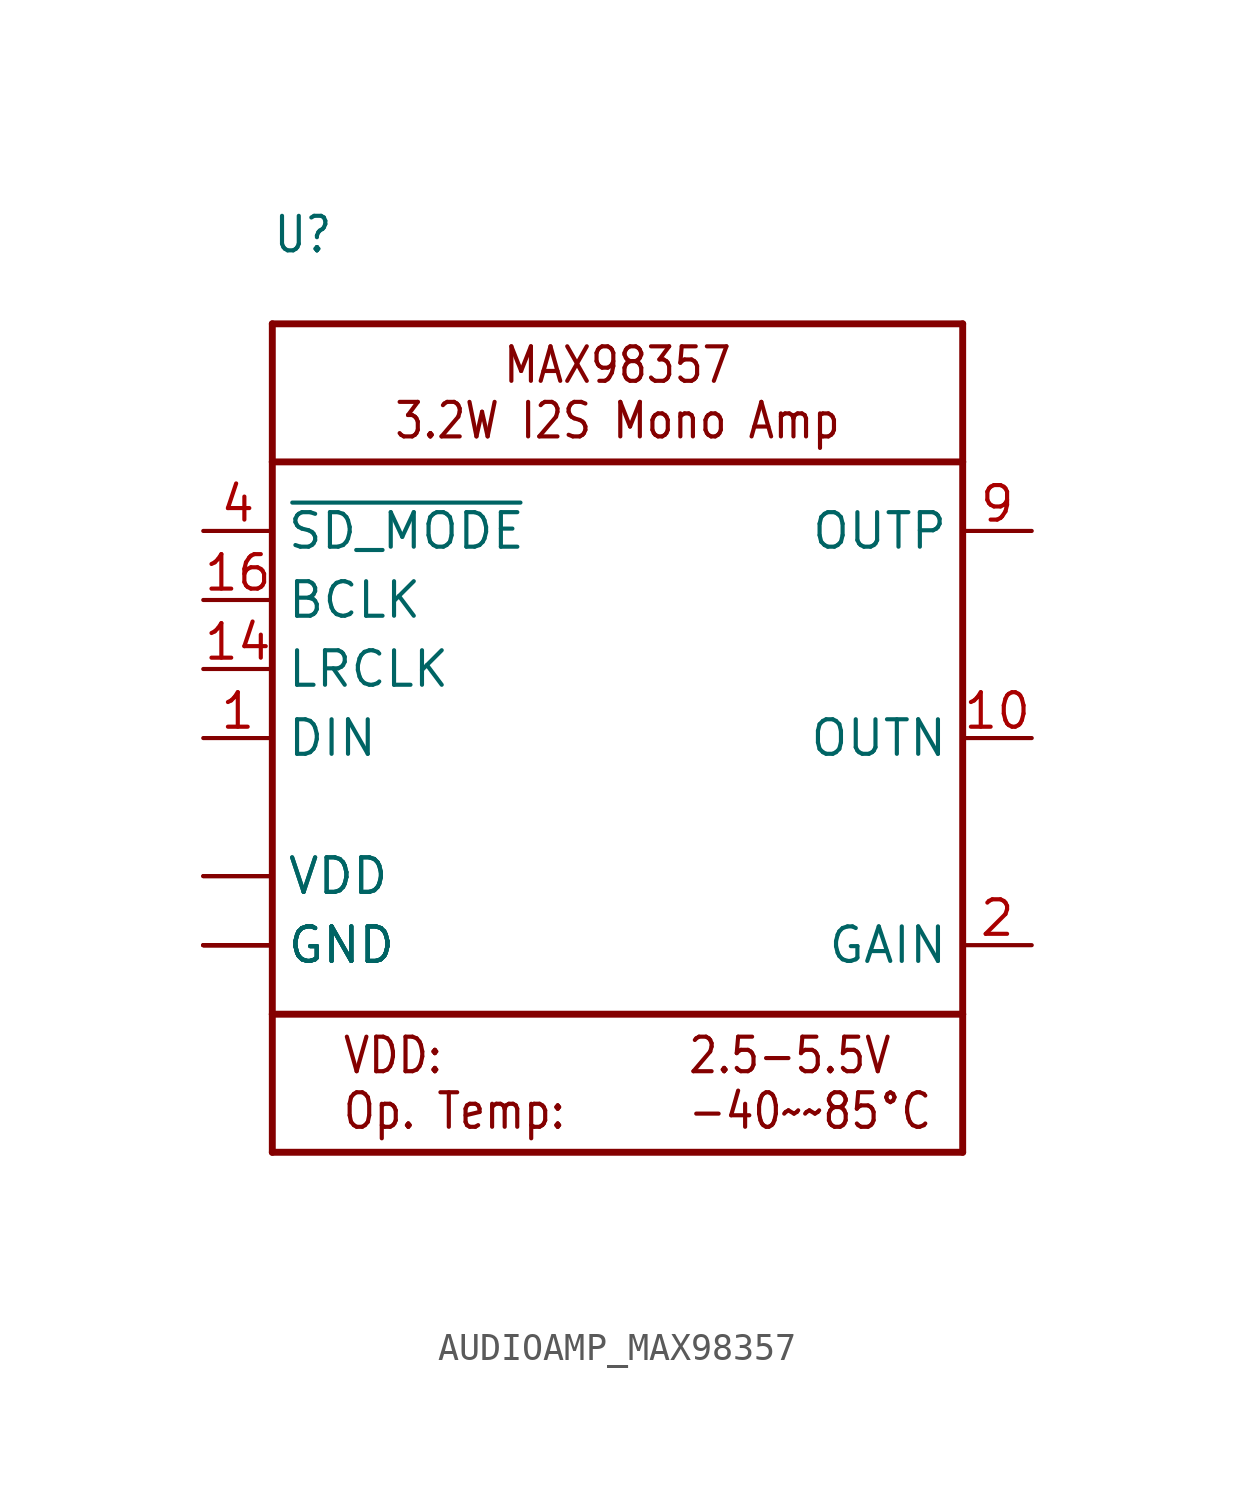
<source format=kicad_sym>
(kicad_symbol_lib
  (version 20220914)
  (generator kicad_symbol_editor)
  (symbol "AUDIOAMP_MAX98357"
    (property "Reference" "U"
      (at -12.7 17.78 0)
      (effects (font (size 1.27 1.079)) (justify left bottom)))
    (property "Value" ""
      (at -12.7 -17.78 0)
      (effects (font (size 1.27 1.079)) (justify left bottom)))
    (property "ki_locked" ""
      (at 0 0 0)
      (effects (font (size 1.27 1.27))))
    (symbol "AUDIOAMP_MAX98357_1_0"
      (polyline (pts (xy -12.7 -15.24) (xy 12.7 -15.24)) (stroke (width 0.254) (type solid)) (fill (type none)))
      (polyline (pts (xy -12.7 -10.16) (xy -12.7 -15.24)) (stroke (width 0.254) (type solid)) (fill (type none)))
      (polyline (pts (xy -12.7 -10.16) (xy -12.7 10.16)) (stroke (width 0.254) (type solid)) (fill (type none)))
      (polyline (pts (xy -12.7 10.16) (xy -12.7 15.24)) (stroke (width 0.254) (type solid)) (fill (type none)))
      (polyline (pts (xy -12.7 10.16) (xy 12.7 10.16)) (stroke (width 0.254) (type solid)) (fill (type none)))
      (polyline (pts (xy -12.7 15.24) (xy 12.7 15.24)) (stroke (width 0.254) (type solid)) (fill (type none)))
      (polyline (pts (xy 12.7 -15.24) (xy 12.7 -10.16)) (stroke (width 0.254) (type solid)) (fill (type none)))
      (polyline (pts (xy 12.7 -10.16) (xy -12.7 -10.16)) (stroke (width 0.254) (type solid)) (fill (type none)))
      (polyline (pts (xy 12.7 10.16) (xy 12.7 -10.16)) (stroke (width 0.254) (type solid)) (fill (type none)))
      (polyline (pts (xy 12.7 15.24) (xy 12.7 10.16)) (stroke (width 0.254) (type solid)) (fill (type none)))
      (text "2.5-5.5V\n-40~~85°C" (at 2.54 -12.7 0) (effects (font (size 1.27 1.079)) (justify left)))
      (text "MAX98357\n3.2W I2S Mono Amp" (at 0 12.7 0) (effects (font (size 1.27 1.079))))
      (text "VDD:\nOp. Temp:" (at -10.16 -12.7 0) (effects (font (size 1.27 1.079)) (justify left)))
      (pin bidirectional line (at -15.24 0 0) (length 2.54) (name "DIN" (effects (font (size 1.27 1.27)))) (number "1" (effects (font (size 1.27 1.27)))))
      (pin output line (at 15.24 0 180) (length 2.54) (name "OUTN" (effects (font (size 1.27 1.27)))) (number "10" (effects (font (size 1.27 1.27)))))
      (pin power_in line (at -15.24 -7.62 0) (length 2.54) (name "GND" (effects (font (size 1.27 1.27)))) (number "11" (effects (font (size 0 0)))))
      (pin bidirectional line (at -15.24 2.54 0) (length 2.54) (name "LRCLK" (effects (font (size 1.27 1.27)))) (number "14" (effects (font (size 1.27 1.27)))))
      (pin power_in line (at -15.24 -7.62 0) (length 2.54) (name "GND" (effects (font (size 1.27 1.27)))) (number "15" (effects (font (size 0 0)))))
      (pin bidirectional line (at -15.24 5.08 0) (length 2.54) (name "BCLK" (effects (font (size 1.27 1.27)))) (number "16" (effects (font (size 1.27 1.27)))))
      (pin bidirectional line (at 15.24 -7.62 180) (length 2.54) (name "GAIN" (effects (font (size 1.27 1.27)))) (number "2" (effects (font (size 1.27 1.27)))))
      (pin power_in line (at -15.24 -7.62 0) (length 2.54) (name "GND" (effects (font (size 1.27 1.27)))) (number "3" (effects (font (size 0 0)))))
      (pin bidirectional line (at -15.24 7.62 0) (length 2.54) (name "~{SD_MODE}" (effects (font (size 1.27 1.27)))) (number "4" (effects (font (size 1.27 1.27)))))
      (pin power_in line (at -15.24 -5.08 0) (length 2.54) (name "VDD" (effects (font (size 1.27 1.27)))) (number "7" (effects (font (size 0 0)))))
      (pin power_in line (at -15.24 -5.08 0) (length 2.54) (name "VDD" (effects (font (size 1.27 1.27)))) (number "8" (effects (font (size 0 0)))))
      (pin output line (at 15.24 7.62 180) (length 2.54) (name "OUTP" (effects (font (size 1.27 1.27)))) (number "9" (effects (font (size 1.27 1.27)))))
      (pin power_in line (at -15.24 -7.62 0) (length 2.54) (name "GND" (effects (font (size 1.27 1.27)))) (number "THERMAL" (effects (font (size 0 0))))))))
</source>
